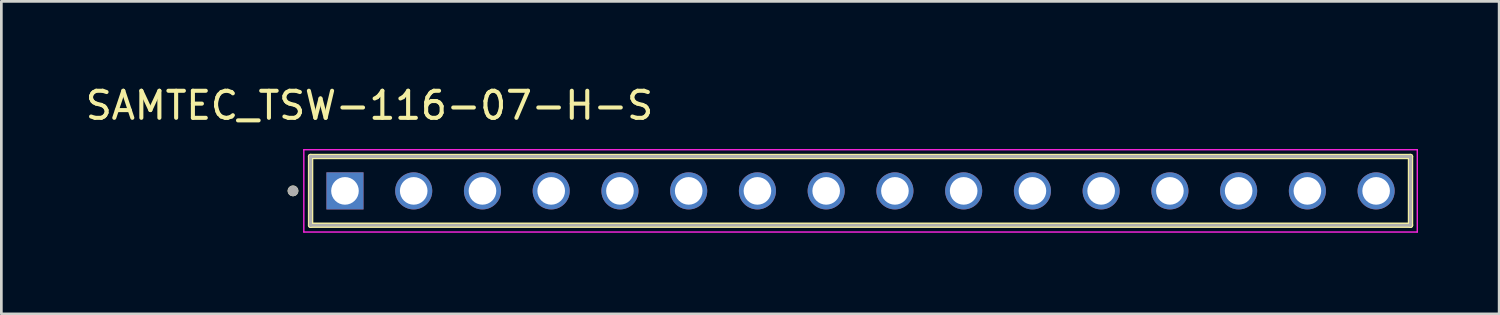
<source format=kicad_pcb>
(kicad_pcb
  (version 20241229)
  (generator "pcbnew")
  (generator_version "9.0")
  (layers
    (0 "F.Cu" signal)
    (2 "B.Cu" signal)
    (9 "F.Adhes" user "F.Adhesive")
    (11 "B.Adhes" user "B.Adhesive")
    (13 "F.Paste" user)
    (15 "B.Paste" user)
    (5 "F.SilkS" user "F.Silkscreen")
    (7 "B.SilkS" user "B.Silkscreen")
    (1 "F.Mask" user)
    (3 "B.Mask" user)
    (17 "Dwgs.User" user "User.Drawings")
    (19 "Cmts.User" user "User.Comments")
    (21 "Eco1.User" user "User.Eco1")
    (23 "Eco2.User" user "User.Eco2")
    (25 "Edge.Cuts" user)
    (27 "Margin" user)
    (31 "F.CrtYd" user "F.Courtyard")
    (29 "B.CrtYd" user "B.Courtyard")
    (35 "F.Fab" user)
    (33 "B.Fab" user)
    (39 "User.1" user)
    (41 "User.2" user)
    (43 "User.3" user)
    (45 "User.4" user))
  (footprint "SAMTEC_TSW-116-07-H-S"
    (layer "F.Cu")
    (at 28.746 4.003)
    (property "Reference" "SAMTEC_TSW-116-07-H-S" (at -18.145 -3.155 0) (layer "F.SilkS") (effects (font (size 1 1) (thickness 0.15))))
    (attr through_hole)
    (fp_line (start -20.32 1.27) (end -20.32 -1.27) (stroke (width 0.2) (type solid)) (layer "F.SilkS"))
    (fp_line (start 20.32 -1.27) (end -20.32 -1.27) (stroke (width 0.2) (type solid)) (layer "F.SilkS"))
    (fp_line (start 20.32 -1.27) (end 20.32 1.27) (stroke (width 0.2) (type solid)) (layer "F.SilkS"))
    (fp_line (start 20.32 1.27) (end -20.32 1.27) (stroke (width 0.2) (type solid)) (layer "F.SilkS"))
    (fp_circle (center -20.97 0) (end -20.87 0) (stroke (width 0.2) (type solid)) (fill no) (layer "F.SilkS"))
    (fp_line (start -20.57 -1.52) (end 20.57 -1.52) (stroke (width 0.05) (type solid)) (layer "F.CrtYd"))
    (fp_line (start -20.57 1.52) (end -20.57 -1.52) (stroke (width 0.05) (type solid)) (layer "F.CrtYd"))
    (fp_line (start 20.57 -1.52) (end 20.57 1.52) (stroke (width 0.05) (type solid)) (layer "F.CrtYd"))
    (fp_line (start 20.57 1.52) (end -20.57 1.52) (stroke (width 0.05) (type solid)) (layer "F.CrtYd"))
    (fp_line (start -20.32 -1.27) (end 20.32 -1.27) (stroke (width 0.1) (type solid)) (layer "F.Fab"))
    (fp_line (start -20.32 -1.27) (end 20.32 -1.27) (stroke (width 0.1) (type solid)) (layer "F.Fab"))
    (fp_line (start -20.32 1.27) (end -20.32 -1.27) (stroke (width 0.1) (type solid)) (layer "F.Fab"))
    (fp_line (start -20.32 1.27) (end -20.32 -1.27) (stroke (width 0.1) (type solid)) (layer "F.Fab"))
    (fp_line (start 20.32 -1.27) (end 20.32 1.27) (stroke (width 0.1) (type solid)) (layer "F.Fab"))
    (fp_line (start 20.32 -1.27) (end 20.32 1.27) (stroke (width 0.1) (type solid)) (layer "F.Fab"))
    (fp_line (start 20.32 1.27) (end -20.32 1.27) (stroke (width 0.1) (type solid)) (layer "F.Fab"))
    (fp_circle (center -20.97 0) (end -20.87 0) (stroke (width 0.2) (type solid)) (fill no) (layer "F.Fab"))
    (pad "01" thru_hole rect (at -19.05 0) (size 1.37 1.37) (drill 1.02) (layers "*.Cu" "*.Mask"))
    (pad "02" thru_hole circle (at -16.51 0) (size 1.37 1.37) (drill 1.02) (layers "*.Cu" "*.Mask"))
    (pad "03" thru_hole circle (at -13.97 0) (size 1.37 1.37) (drill 1.02) (layers "*.Cu" "*.Mask"))
    (pad "04" thru_hole circle (at -11.43 0) (size 1.37 1.37) (drill 1.02) (layers "*.Cu" "*.Mask"))
    (pad "05" thru_hole circle (at -8.89 0) (size 1.37 1.37) (drill 1.02) (layers "*.Cu" "*.Mask"))
    (pad "06" thru_hole circle (at -6.35 0) (size 1.37 1.37) (drill 1.02) (layers "*.Cu" "*.Mask"))
    (pad "07" thru_hole circle (at -3.81 0) (size 1.37 1.37) (drill 1.02) (layers "*.Cu" "*.Mask"))
    (pad "08" thru_hole circle (at -1.27 0) (size 1.37 1.37) (drill 1.02) (layers "*.Cu" "*.Mask"))
    (pad "09" thru_hole circle (at 1.27 0) (size 1.37 1.37) (drill 1.02) (layers "*.Cu" "*.Mask"))
    (pad "10" thru_hole circle (at 3.81 0) (size 1.37 1.37) (drill 1.02) (layers "*.Cu" "*.Mask"))
    (pad "11" thru_hole circle (at 6.35 0) (size 1.37 1.37) (drill 1.02) (layers "*.Cu" "*.Mask"))
    (pad "12" thru_hole circle (at 8.89 0) (size 1.37 1.37) (drill 1.02) (layers "*.Cu" "*.Mask"))
    (pad "13" thru_hole circle (at 11.43 0) (size 1.37 1.37) (drill 1.02) (layers "*.Cu" "*.Mask"))
    (pad "14" thru_hole circle (at 13.97 0) (size 1.37 1.37) (drill 1.02) (layers "*.Cu" "*.Mask"))
    (pad "15" thru_hole circle (at 16.51 0) (size 1.37 1.37) (drill 1.02) (layers "*.Cu" "*.Mask"))
    (pad "16" thru_hole circle (at 19.05 0) (size 1.37 1.37) (drill 1.02) (layers "*.Cu" "*.Mask")))
  (gr_rect
    (start -3 -3)
    (end 52.341 8.548)
    (stroke (width 0.1) (type default))
    (fill no)
    (layer "Edge.Cuts")))
</source>
